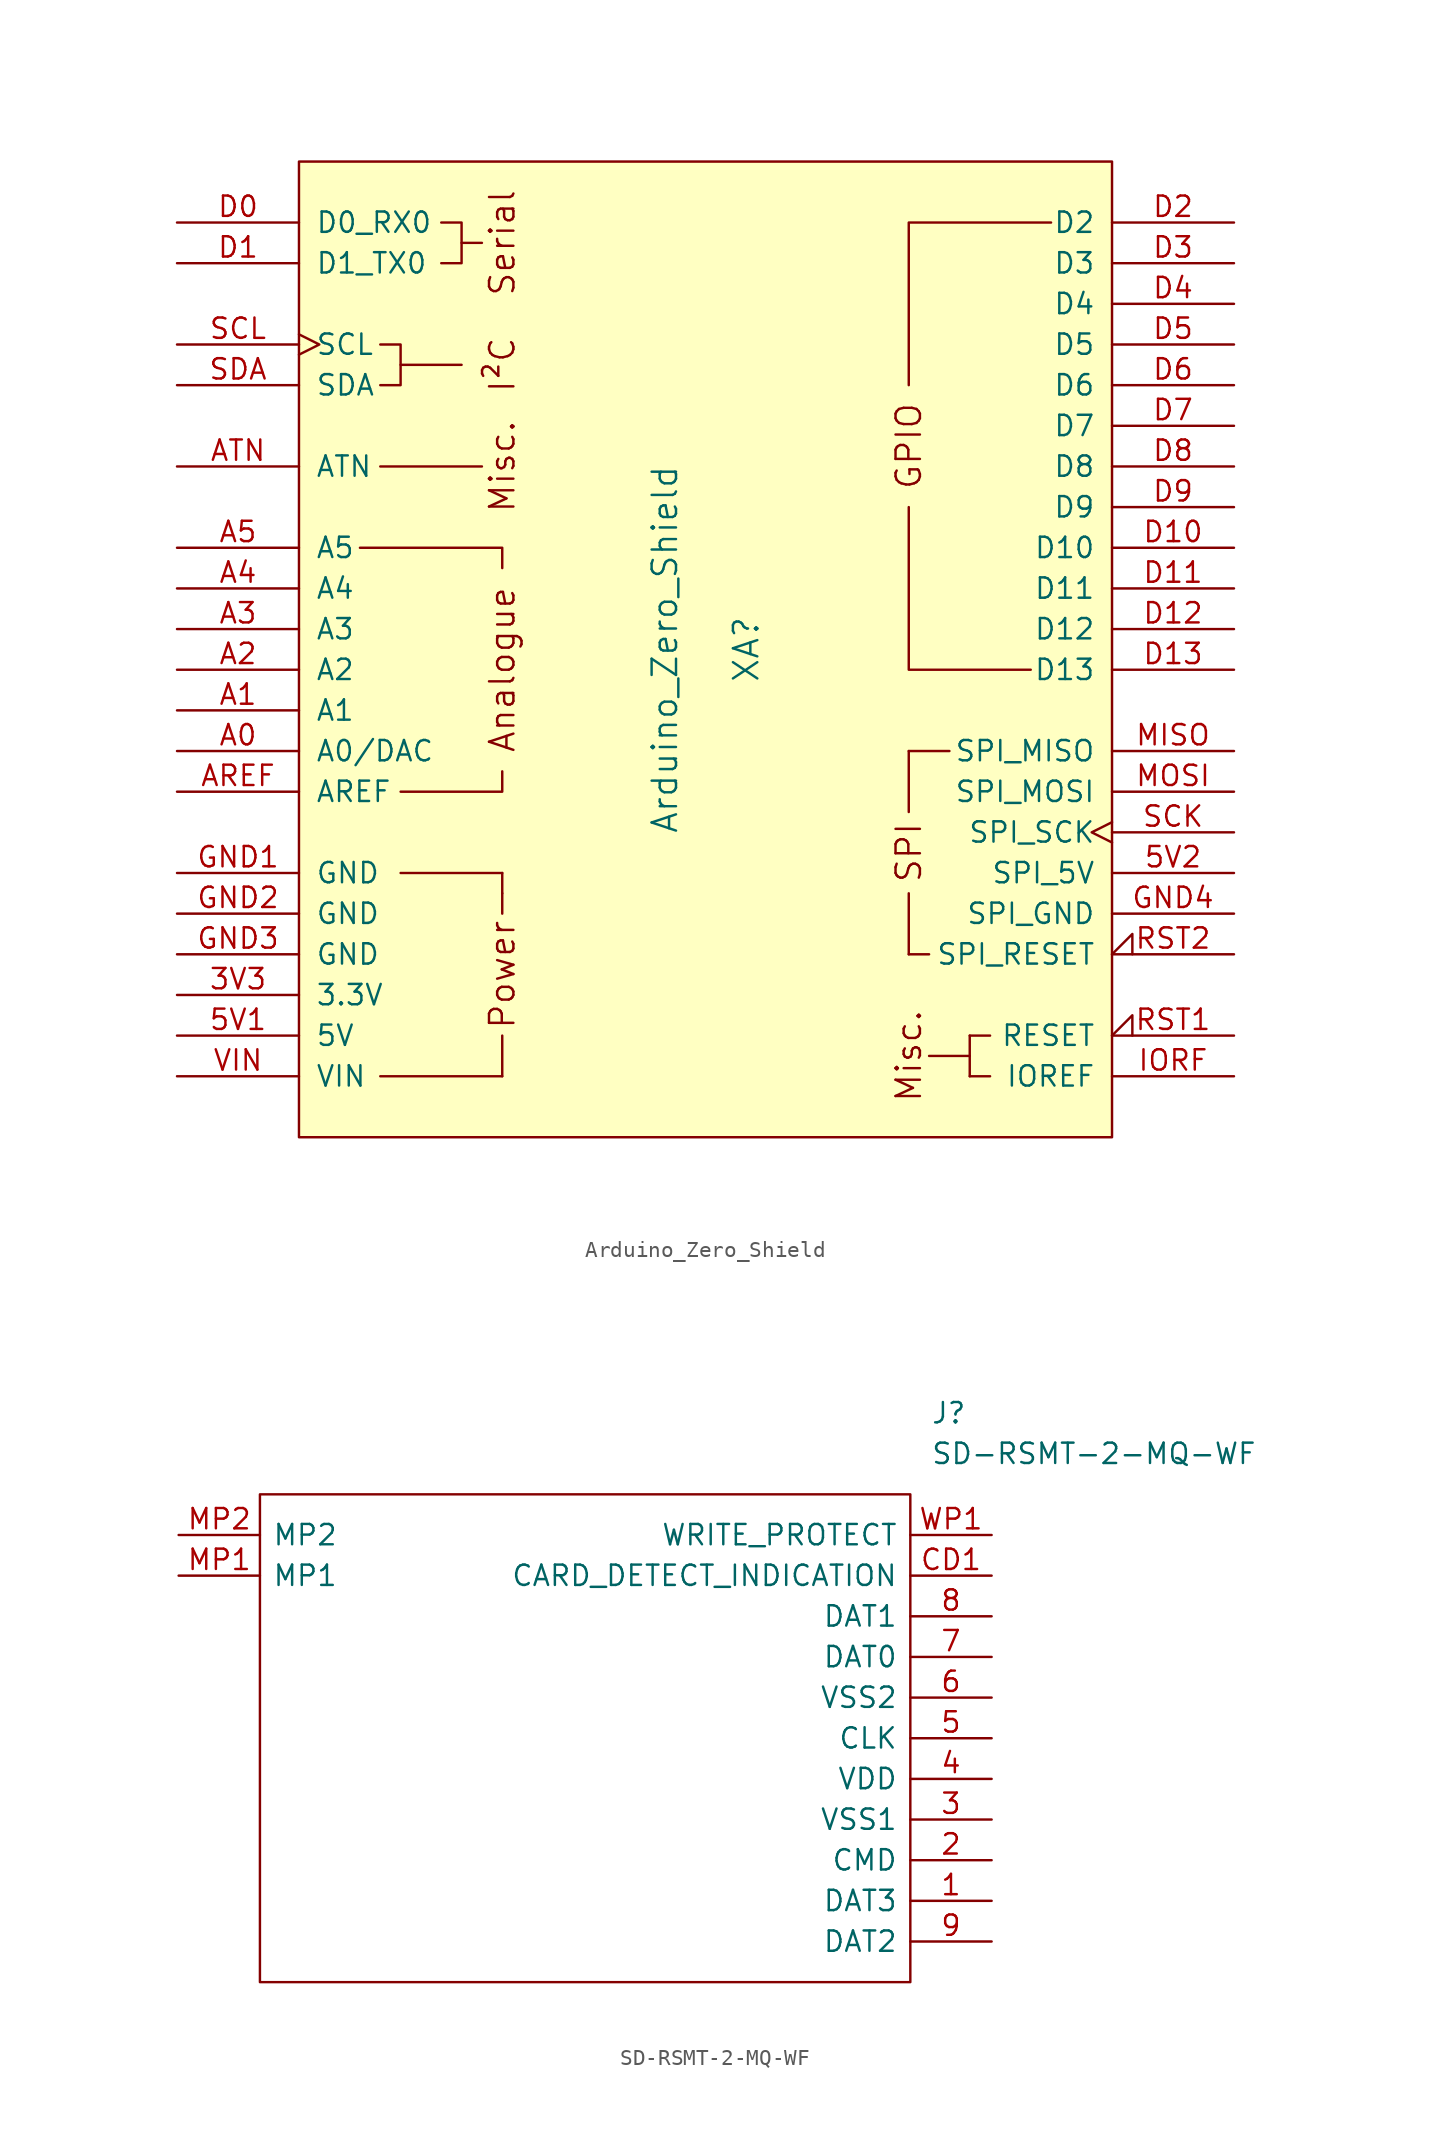
<source format=kicad_sym>
(kicad_symbol_lib
  (version 20220914)
  (generator kicad_symbol_editor)
  (symbol "Arduino_Zero_Shield"
    (pin_names
      (offset 1.016))
    (property "Reference" "XA"
      (at 2.54 0 90)
      (effects (font (size 1.524 1.524))))
    (property "Value" "Arduino_Zero_Shield"
      (at -2.54 0 90)
      (effects (font (size 1.524 1.524))))
    (symbol "Arduino_Zero_Shield_0_0"
      (rectangle (start -25.4 30.48) (end 25.4 -30.48) (stroke (width 0) (type default)) (fill (type background)))
      (rectangle (start -20.32 -26.67) (end -12.7 -26.67) (stroke (width 0) (type default)) (fill (type none)))
      (rectangle (start -19.05 -13.97) (end -12.7 -13.97) (stroke (width 0) (type default)) (fill (type none)))
      (polyline (pts (xy -19.05 17.78) (xy -15.24 17.78)) (stroke (width 0) (type default)) (fill (type none)))
      (polyline (pts (xy -15.24 25.4) (xy -13.97 25.4)) (stroke (width 0) (type default)) (fill (type none)))
      (polyline (pts (xy -13.97 11.43) (xy -20.32 11.43)) (stroke (width 0) (type default)) (fill (type none)))
      (polyline (pts (xy -12.7 -26.67) (xy -12.7 -24.13)) (stroke (width 0) (type default)) (fill (type none)))
      (polyline (pts (xy -12.7 -15.24) (xy -12.7 -16.51)) (stroke (width 0) (type default)) (fill (type none)))
      (polyline (pts (xy -12.7 -13.97) (xy -12.7 -15.24)) (stroke (width 0) (type default)) (fill (type none)))
      (polyline (pts (xy -12.7 -7.62) (xy -12.7 -8.89) (xy -19.05 -8.89)) (stroke (width 0) (type default)) (fill (type none)))
      (polyline (pts (xy -12.7 5.08) (xy -12.7 6.35) (xy -21.59 6.35)) (stroke (width 0) (type default)) (fill (type none)))
      (polyline (pts (xy 12.7 8.89) (xy 12.7 -1.27) (xy 20.32 -1.27)) (stroke (width 0) (type default)) (fill (type none)))
      (polyline (pts (xy 12.7 16.51) (xy 12.7 26.67) (xy 21.59 26.67)) (stroke (width 0) (type default)) (fill (type none)))
      (polyline (pts (xy -20.32 19.05) (xy -19.05 19.05) (xy -19.05 16.51) (xy -20.32 16.51)) (stroke (width 0) (type default)) (fill (type none)))
      (polyline (pts (xy -16.51 26.67) (xy -15.24 26.67) (xy -15.24 24.13) (xy -16.51 24.13)) (stroke (width 0) (type default)) (fill (type none)))
      (rectangle (start 12.7 -19.05) (end 12.7 -15.24) (stroke (width 0) (type default)) (fill (type none)))
      (rectangle (start 12.7 -10.16) (end 12.7 -6.35) (stroke (width 0) (type default)) (fill (type none)))
      (rectangle (start 13.97 -19.05) (end 12.7 -19.05) (stroke (width 0) (type default)) (fill (type none)))
      (rectangle (start 15.24 -6.35) (end 12.7 -6.35) (stroke (width 0) (type default)) (fill (type none)))
      (rectangle (start 16.51 -25.4) (end 13.97 -25.4) (stroke (width 0) (type default)) (fill (type none)))
      (rectangle (start 16.51 -24.13) (end 16.51 -26.67) (stroke (width 0) (type default)) (fill (type none)))
      (rectangle (start 17.78 -26.67) (end 16.51 -26.67) (stroke (width 0) (type default)) (fill (type none)))
      (rectangle (start 17.78 -24.13) (end 16.51 -24.13) (stroke (width 0) (type default)) (fill (type none)))
      (text "Analogue" (at -12.7 -1.27 900) (effects (font (size 1.524 1.524))))
      (text "I²C" (at -12.7 17.78 900) (effects (font (size 1.524 1.524))))
      (text "Misc." (at -12.7 11.43 900) (effects (font (size 1.524 1.524))))
      (text "Misc." (at 12.7 -25.4 900) (effects (font (size 1.524 1.524))))
      (text "Power" (at -12.7 -20.32 900) (effects (font (size 1.524 1.524))))
      (text "Serial" (at -12.7 25.4 900) (effects (font (size 1.524 1.524))))
      (text "SPI" (at 12.7 -12.7 900) (effects (font (size 1.524 1.524)))))
    (symbol "Arduino_Zero_Shield_1_0"
      (text "GPIO" (at 12.7 12.7 900) (effects (font (size 1.524 1.524)))))
    (symbol "Arduino_Zero_Shield_1_1"
      (pin power_in line (at -33.02 -21.59 0) (length 7.62) (name "3.3V" (effects (font (size 1.27 1.27)))) (number "3V3" (effects (font (size 1.27 1.27)))))
      (pin power_in line (at -33.02 -24.13 0) (length 7.62) (name "5V" (effects (font (size 1.27 1.27)))) (number "5V1" (effects (font (size 1.27 1.27)))))
      (pin power_in line (at 33.02 -13.97 180) (length 7.62) (name "SPI_5V" (effects (font (size 1.27 1.27)))) (number "5V2" (effects (font (size 1.27 1.27)))))
      (pin bidirectional line (at -33.02 -6.35 0) (length 7.62) (name "A0/DAC" (effects (font (size 1.27 1.27)))) (number "A0" (effects (font (size 1.27 1.27)))))
      (pin bidirectional line (at -33.02 -3.81 0) (length 7.62) (name "A1" (effects (font (size 1.27 1.27)))) (number "A1" (effects (font (size 1.27 1.27)))))
      (pin bidirectional line (at -33.02 -1.27 0) (length 7.62) (name "A2" (effects (font (size 1.27 1.27)))) (number "A2" (effects (font (size 1.27 1.27)))))
      (pin bidirectional line (at -33.02 1.27 0) (length 7.62) (name "A3" (effects (font (size 1.27 1.27)))) (number "A3" (effects (font (size 1.27 1.27)))))
      (pin bidirectional line (at -33.02 3.81 0) (length 7.62) (name "A4" (effects (font (size 1.27 1.27)))) (number "A4" (effects (font (size 1.27 1.27)))))
      (pin bidirectional line (at -33.02 6.35 0) (length 7.62) (name "A5" (effects (font (size 1.27 1.27)))) (number "A5" (effects (font (size 1.27 1.27)))))
      (pin input line (at -33.02 -8.89 0) (length 7.62) (name "AREF" (effects (font (size 1.27 1.27)))) (number "AREF" (effects (font (size 1.27 1.27)))))
      (pin bidirectional line (at -33.02 11.43 0) (length 7.62) (name "ATN" (effects (font (size 1.27 1.27)))) (number "ATN" (effects (font (size 1.27 1.27)))))
      (pin bidirectional line (at -33.02 26.67 0) (length 7.62) (name "D0_RX0" (effects (font (size 1.27 1.27)))) (number "D0" (effects (font (size 1.27 1.27)))))
      (pin bidirectional line (at -33.02 24.13 0) (length 7.62) (name "D1_TX0" (effects (font (size 1.27 1.27)))) (number "D1" (effects (font (size 1.27 1.27)))))
      (pin bidirectional line (at 33.02 6.35 180) (length 7.62) (name "D10" (effects (font (size 1.27 1.27)))) (number "D10" (effects (font (size 1.27 1.27)))))
      (pin bidirectional line (at 33.02 3.81 180) (length 7.62) (name "D11" (effects (font (size 1.27 1.27)))) (number "D11" (effects (font (size 1.27 1.27)))))
      (pin bidirectional line (at 33.02 1.27 180) (length 7.62) (name "D12" (effects (font (size 1.27 1.27)))) (number "D12" (effects (font (size 1.27 1.27)))))
      (pin bidirectional line (at 33.02 -1.27 180) (length 7.62) (name "D13" (effects (font (size 1.27 1.27)))) (number "D13" (effects (font (size 1.27 1.27)))))
      (pin bidirectional line (at 33.02 26.67 180) (length 7.62) (name "D2" (effects (font (size 1.27 1.27)))) (number "D2" (effects (font (size 1.27 1.27)))))
      (pin bidirectional line (at 33.02 24.13 180) (length 7.62) (name "D3" (effects (font (size 1.27 1.27)))) (number "D3" (effects (font (size 1.27 1.27)))))
      (pin bidirectional line (at 33.02 21.59 180) (length 7.62) (name "D4" (effects (font (size 1.27 1.27)))) (number "D4" (effects (font (size 1.27 1.27)))))
      (pin bidirectional line (at 33.02 19.05 180) (length 7.62) (name "D5" (effects (font (size 1.27 1.27)))) (number "D5" (effects (font (size 1.27 1.27)))))
      (pin bidirectional line (at 33.02 16.51 180) (length 7.62) (name "D6" (effects (font (size 1.27 1.27)))) (number "D6" (effects (font (size 1.27 1.27)))))
      (pin bidirectional line (at 33.02 13.97 180) (length 7.62) (name "D7" (effects (font (size 1.27 1.27)))) (number "D7" (effects (font (size 1.27 1.27)))))
      (pin bidirectional line (at 33.02 11.43 180) (length 7.62) (name "D8" (effects (font (size 1.27 1.27)))) (number "D8" (effects (font (size 1.27 1.27)))))
      (pin bidirectional line (at 33.02 8.89 180) (length 7.62) (name "D9" (effects (font (size 1.27 1.27)))) (number "D9" (effects (font (size 1.27 1.27)))))
      (pin power_in line (at -33.02 -13.97 0) (length 7.62) (name "GND" (effects (font (size 1.27 1.27)))) (number "GND1" (effects (font (size 1.27 1.27)))))
      (pin power_in line (at -33.02 -16.51 0) (length 7.62) (name "GND" (effects (font (size 1.27 1.27)))) (number "GND2" (effects (font (size 1.27 1.27)))))
      (pin power_in line (at -33.02 -19.05 0) (length 7.62) (name "GND" (effects (font (size 1.27 1.27)))) (number "GND3" (effects (font (size 1.27 1.27)))))
      (pin power_in line (at 33.02 -16.51 180) (length 7.62) (name "SPI_GND" (effects (font (size 1.27 1.27)))) (number "GND4" (effects (font (size 1.27 1.27)))))
      (pin output line (at 33.02 -26.67 180) (length 7.62) (name "IOREF" (effects (font (size 1.27 1.27)))) (number "IORF" (effects (font (size 1.27 1.27)))))
      (pin input line (at 33.02 -6.35 180) (length 7.62) (name "SPI_MISO" (effects (font (size 1.27 1.27)))) (number "MISO" (effects (font (size 1.27 1.27)))))
      (pin output line (at 33.02 -8.89 180) (length 7.62) (name "SPI_MOSI" (effects (font (size 1.27 1.27)))) (number "MOSI" (effects (font (size 1.27 1.27)))))
      (pin open_collector input_low (at 33.02 -24.13 180) (length 7.62) (name "RESET" (effects (font (size 1.27 1.27)))) (number "RST1" (effects (font (size 1.27 1.27)))))
      (pin open_collector input_low (at 33.02 -19.05 180) (length 7.62) (name "SPI_RESET" (effects (font (size 1.27 1.27)))) (number "RST2" (effects (font (size 1.27 1.27)))))
      (pin output clock (at 33.02 -11.43 180) (length 7.62) (name "SPI_SCK" (effects (font (size 1.27 1.27)))) (number "SCK" (effects (font (size 1.27 1.27)))))
      (pin bidirectional clock (at -33.02 19.05 0) (length 7.62) (name "SCL" (effects (font (size 1.27 1.27)))) (number "SCL" (effects (font (size 1.27 1.27)))))
      (pin bidirectional line (at -33.02 16.51 0) (length 7.62) (name "SDA" (effects (font (size 1.27 1.27)))) (number "SDA" (effects (font (size 1.27 1.27)))))
      (pin power_in line (at -33.02 -26.67 0) (length 7.62) (name "VIN" (effects (font (size 1.27 1.27)))) (number "VIN" (effects (font (size 1.27 1.27)))))))
  (symbol "SD-RSMT-2-MQ-WF"
    (pin_names
      (offset 0.762))
    (property "Reference" "J"
      (at 46.99 7.62 0)
      (effects (font (size 1.27 1.27)) (justify left)))
    (property "Value" "SD-RSMT-2-MQ-WF"
      (at 46.99 5.08 0)
      (effects (font (size 1.27 1.27)) (justify left)))
    (symbol "SD-RSMT-2-MQ-WF_0_0"
      (pin passive line (at 50.8 -22.86 180) (length 5.08) (name "DAT3" (effects (font (size 1.27 1.27)))) (number "1" (effects (font (size 1.27 1.27)))))
      (pin passive line (at 50.8 -20.32 180) (length 5.08) (name "CMD" (effects (font (size 1.27 1.27)))) (number "2" (effects (font (size 1.27 1.27)))))
      (pin passive line (at 50.8 -17.78 180) (length 5.08) (name "VSS1" (effects (font (size 1.27 1.27)))) (number "3" (effects (font (size 1.27 1.27)))))
      (pin passive line (at 50.8 -15.24 180) (length 5.08) (name "VDD" (effects (font (size 1.27 1.27)))) (number "4" (effects (font (size 1.27 1.27)))))
      (pin passive line (at 50.8 -12.7 180) (length 5.08) (name "CLK" (effects (font (size 1.27 1.27)))) (number "5" (effects (font (size 1.27 1.27)))))
      (pin passive line (at 50.8 -10.16 180) (length 5.08) (name "VSS2" (effects (font (size 1.27 1.27)))) (number "6" (effects (font (size 1.27 1.27)))))
      (pin passive line (at 50.8 -7.62 180) (length 5.08) (name "DAT0" (effects (font (size 1.27 1.27)))) (number "7" (effects (font (size 1.27 1.27)))))
      (pin passive line (at 50.8 -5.08 180) (length 5.08) (name "DAT1" (effects (font (size 1.27 1.27)))) (number "8" (effects (font (size 1.27 1.27)))))
      (pin passive line (at 50.8 -25.4 180) (length 5.08) (name "DAT2" (effects (font (size 1.27 1.27)))) (number "9" (effects (font (size 1.27 1.27)))))
      (pin passive line (at 50.8 -2.54 180) (length 5.08) (name "CARD_DETECT_INDICATION" (effects (font (size 1.27 1.27)))) (number "CD1" (effects (font (size 1.27 1.27)))))
      (pin passive line (at 0 -2.54 0) (length 5.08) (name "MP1" (effects (font (size 1.27 1.27)))) (number "MP1" (effects (font (size 1.27 1.27)))))
      (pin passive line (at 0 0 0) (length 5.08) (name "MP2" (effects (font (size 1.27 1.27)))) (number "MP2" (effects (font (size 1.27 1.27)))))
      (pin passive line (at 50.8 0 180) (length 5.08) (name "WRITE_PROTECT" (effects (font (size 1.27 1.27)))) (number "WP1" (effects (font (size 1.27 1.27))))))
    (symbol "SD-RSMT-2-MQ-WF_0_1"
      (polyline (pts (xy 5.08 2.54) (xy 45.72 2.54) (xy 45.72 -27.94) (xy 5.08 -27.94) (xy 5.08 2.54)) (stroke (width 0.152) (type default)) (fill (type none))))))
</source>
